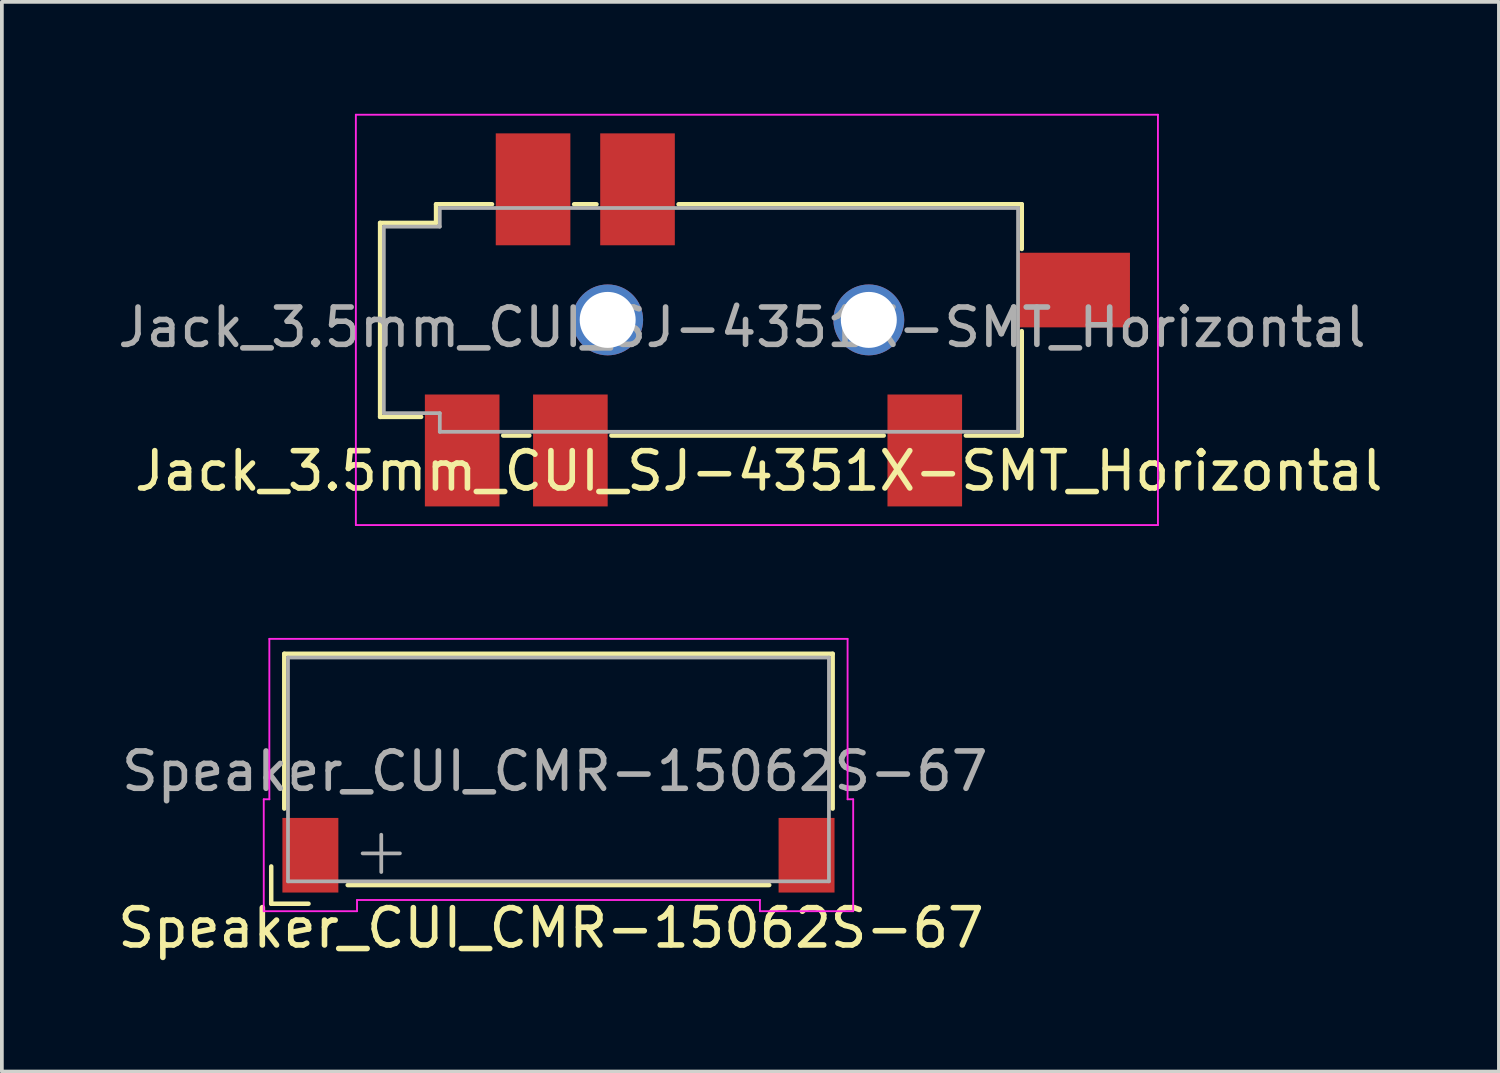
<source format=kicad_pcb>
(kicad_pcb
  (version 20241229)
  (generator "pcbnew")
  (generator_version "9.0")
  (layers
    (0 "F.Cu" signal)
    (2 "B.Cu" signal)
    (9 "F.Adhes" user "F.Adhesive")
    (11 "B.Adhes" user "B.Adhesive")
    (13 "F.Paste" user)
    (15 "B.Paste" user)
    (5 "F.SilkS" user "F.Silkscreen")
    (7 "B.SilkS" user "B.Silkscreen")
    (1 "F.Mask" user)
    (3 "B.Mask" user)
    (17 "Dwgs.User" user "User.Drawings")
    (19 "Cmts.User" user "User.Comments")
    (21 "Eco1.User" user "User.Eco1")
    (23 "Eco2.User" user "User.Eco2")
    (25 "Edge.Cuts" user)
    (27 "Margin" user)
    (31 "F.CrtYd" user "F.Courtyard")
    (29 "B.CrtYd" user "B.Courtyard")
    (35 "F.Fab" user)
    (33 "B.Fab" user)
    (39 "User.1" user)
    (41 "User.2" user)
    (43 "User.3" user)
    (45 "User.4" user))
  (footprint "Speaker_CUI_CMR-15062S-67"
    (layer "F.Cu")
    (at 11.92 17.625)
    (property "Reference" "Speaker_CUI_CMR-15062S-67" (at -0.2 4.2 0) (layer "F.SilkS") (effects (font (size 1 1) (thickness 0.15))))
    (attr smd)
    (fp_line (start -7.7 2.55) (end -7.7 3.55) (stroke (width 0.12) (type solid)) (layer "F.SilkS"))
    (fp_line (start -7.7 3.55) (end -6.7 3.55) (stroke (width 0.12) (type solid)) (layer "F.SilkS"))
    (fp_line (start -7.35 -3.15) (end 7.35 -3.15) (stroke (width 0.12) (type solid)) (layer "F.SilkS"))
    (fp_line (start -7.35 1) (end -7.35 -3.15) (stroke (width 0.12) (type solid)) (layer "F.SilkS"))
    (fp_line (start 5.65 3.05) (end -5.65 3.05) (stroke (width 0.12) (type solid)) (layer "F.SilkS"))
    (fp_line (start 7.35 -3.15) (end 7.35 1) (stroke (width 0.12) (type solid)) (layer "F.SilkS"))
    (fp_line (start -7.9 0.75) (end -7.9 3.75) (stroke (width 0.05) (type solid)) (layer "F.CrtYd"))
    (fp_line (start -7.9 3.75) (end -5.4 3.75) (stroke (width 0.05) (type solid)) (layer "F.CrtYd"))
    (fp_line (start -7.75 -3.55) (end 7.75 -3.55) (stroke (width 0.05) (type solid)) (layer "F.CrtYd"))
    (fp_line (start -7.75 0.75) (end -7.9 0.75) (stroke (width 0.05) (type solid)) (layer "F.CrtYd"))
    (fp_line (start -7.75 0.75) (end -7.75 -3.55) (stroke (width 0.05) (type solid)) (layer "F.CrtYd"))
    (fp_line (start -5.4 3.75) (end -5.4 3.45) (stroke (width 0.05) (type solid)) (layer "F.CrtYd"))
    (fp_line (start 5.4 3.45) (end -5.4 3.45) (stroke (width 0.05) (type solid)) (layer "F.CrtYd"))
    (fp_line (start 5.4 3.75) (end 5.4 3.45) (stroke (width 0.05) (type solid)) (layer "F.CrtYd"))
    (fp_line (start 7.75 -3.55) (end 7.75 0.75) (stroke (width 0.05) (type solid)) (layer "F.CrtYd"))
    (fp_line (start 7.75 0.75) (end 7.9 0.75) (stroke (width 0.05) (type solid)) (layer "F.CrtYd"))
    (fp_line (start 7.9 0.75) (end 7.9 3.75) (stroke (width 0.05) (type solid)) (layer "F.CrtYd"))
    (fp_line (start 7.9 3.75) (end 5.4 3.75) (stroke (width 0.05) (type solid)) (layer "F.CrtYd"))
    (fp_line (start -7.25 -3.05) (end -7.25 2.95) (stroke (width 0.1) (type solid)) (layer "F.Fab"))
    (fp_line (start -7.25 2.95) (end 7.25 2.95) (stroke (width 0.1) (type solid)) (layer "F.Fab"))
    (fp_line (start -5.25 2.2) (end -4.25 2.2) (stroke (width 0.1) (type solid)) (layer "F.Fab"))
    (fp_line (start -4.75 2.7) (end -4.75 1.7) (stroke (width 0.1) (type solid)) (layer "F.Fab"))
    (fp_line (start 7.25 -3.05) (end -7.25 -3.05) (stroke (width 0.1) (type solid)) (layer "F.Fab"))
    (fp_line (start 7.25 2.95) (end 7.25 -3.05) (stroke (width 0.1) (type solid)) (layer "F.Fab"))
    (fp_text user "${REFERENCE}" (at -0.1 0 0) (layer "F.Fab") (effects (font (size 1 1) (thickness 0.15))))
    (pad "1" smd rect (at -6.65 2.25 180) (size 1.5 2) (layers "F.Cu" "F.Mask"))
    (pad "2" smd rect (at 6.65 2.25 180) (size 1.5 2) (layers "F.Cu" "F.Mask")))
  (footprint "Jack_3.5mm_CUI_SJ-4351X-SMT_Horizontal"
    (layer "F.Cu")
    (at 17.289 5.525)
    (property "Reference" "Jack_3.5mm_CUI_SJ-4351X-SMT_Horizontal" (at 0 4.05 0) (layer "F.SilkS") (effects (font (size 1 1) (thickness 0.15))))
    (attr smd)
    (fp_line (start -10.15 -2.6) (end -10.15 2.6) (stroke (width 0.12) (type solid)) (layer "F.SilkS"))
    (fp_line (start -9.05 2.6) (end -10.15 2.6) (stroke (width 0.12) (type solid)) (layer "F.SilkS"))
    (fp_line (start -8.65 -3.1) (end -8.65 -2.6) (stroke (width 0.12) (type solid)) (layer "F.SilkS"))
    (fp_line (start -8.65 -3.1) (end -7.15 -3.1) (stroke (width 0.12) (type solid)) (layer "F.SilkS"))
    (fp_line (start -8.65 -2.6) (end -10.15 -2.6) (stroke (width 0.12) (type solid)) (layer "F.SilkS"))
    (fp_line (start -6.15 3.1) (end -6.85 3.1) (stroke (width 0.12) (type solid)) (layer "F.SilkS"))
    (fp_line (start -4.95 -3.1) (end -4.35 -3.1) (stroke (width 0.12) (type solid)) (layer "F.SilkS"))
    (fp_line (start -2.15 -3.1) (end 7.05 -3.1) (stroke (width 0.12) (type solid)) (layer "F.SilkS"))
    (fp_line (start 3.35 3.1) (end -3.95 3.1) (stroke (width 0.12) (type solid)) (layer "F.SilkS"))
    (fp_line (start 7.05 -1.9) (end 7.05 -3.1) (stroke (width 0.12) (type solid)) (layer "F.SilkS"))
    (fp_line (start 7.05 3.1) (end 5.55 3.1) (stroke (width 0.12) (type solid)) (layer "F.SilkS"))
    (fp_line (start 7.05 3.1) (end 7.05 0.3) (stroke (width 0.12) (type solid)) (layer "F.SilkS"))
    (fp_line (start -10.8 -5.5) (end 10.7 -5.5) (stroke (width 0.05) (type solid)) (layer "F.CrtYd"))
    (fp_line (start -10.8 5.5) (end -10.8 -5.5) (stroke (width 0.05) (type solid)) (layer "F.CrtYd"))
    (fp_line (start -10.8 5.5) (end 10.7 5.5) (stroke (width 0.05) (type solid)) (layer "F.CrtYd"))
    (fp_line (start 10.7 5.5) (end 10.7 -5.5) (stroke (width 0.05) (type solid)) (layer "F.CrtYd"))
    (fp_line (start -10.05 -2.5) (end -8.55 -2.5) (stroke (width 0.1) (type solid)) (layer "F.Fab"))
    (fp_line (start -10.05 2.5) (end -10.05 -2.5) (stroke (width 0.1) (type solid)) (layer "F.Fab"))
    (fp_line (start -8.55 -3) (end 6.95 -3) (stroke (width 0.1) (type solid)) (layer "F.Fab"))
    (fp_line (start -8.55 -2.5) (end -8.55 -3) (stroke (width 0.1) (type solid)) (layer "F.Fab"))
    (fp_line (start -8.55 2.5) (end -10.05 2.5) (stroke (width 0.1) (type solid)) (layer "F.Fab"))
    (fp_line (start -8.55 3) (end -8.55 2.5) (stroke (width 0.1) (type solid)) (layer "F.Fab"))
    (fp_line (start 6.95 -3) (end 6.95 3) (stroke (width 0.1) (type solid)) (layer "F.Fab"))
    (fp_line (start 6.95 3) (end -8.55 3) (stroke (width 0.1) (type solid)) (layer "F.Fab"))
    (fp_text user "${REFERENCE}" (at -0.45 0.2 0) (layer "F.Fab") (effects (font (size 1 1) (thickness 0.15))))
    (pad "" np_thru_hole circle (at -4.05 0) (size 1.9 1.9) (drill 1.5) (layers "*.Cu" "*.Mask"))
    (pad "" np_thru_hole circle (at 2.95 0) (size 1.9 1.9) (drill 1.5) (layers "*.Cu" "*.Mask"))
    (pad "R1" smd rect (at -3.25 -3.5) (size 2 3) (layers "F.Cu" "F.Mask" "F.Paste"))
    (pad "R2" smd rect (at -5.05 3.5) (size 2 3) (layers "F.Cu" "F.Mask" "F.Paste"))
    (pad "RS" smd rect (at -6.05 -3.5) (size 2 3) (layers "F.Cu" "F.Mask" "F.Paste"))
    (pad "S" smd rect (at -7.95 3.5) (size 2 3) (layers "F.Cu" "F.Mask" "F.Paste"))
    (pad "T" smd rect (at 4.45 3.5) (size 2 3) (layers "F.Cu" "F.Mask" "F.Paste"))
    (pad "TS" smd rect (at 8.45 -0.8 90) (size 2 3) (layers "F.Cu" "F.Mask" "F.Paste")))
  (gr_rect
    (start -3 -3)
    (end 37.129 25.673)
    (stroke (width 0.1) (type default))
    (fill no)
    (layer "Edge.Cuts")))
</source>
